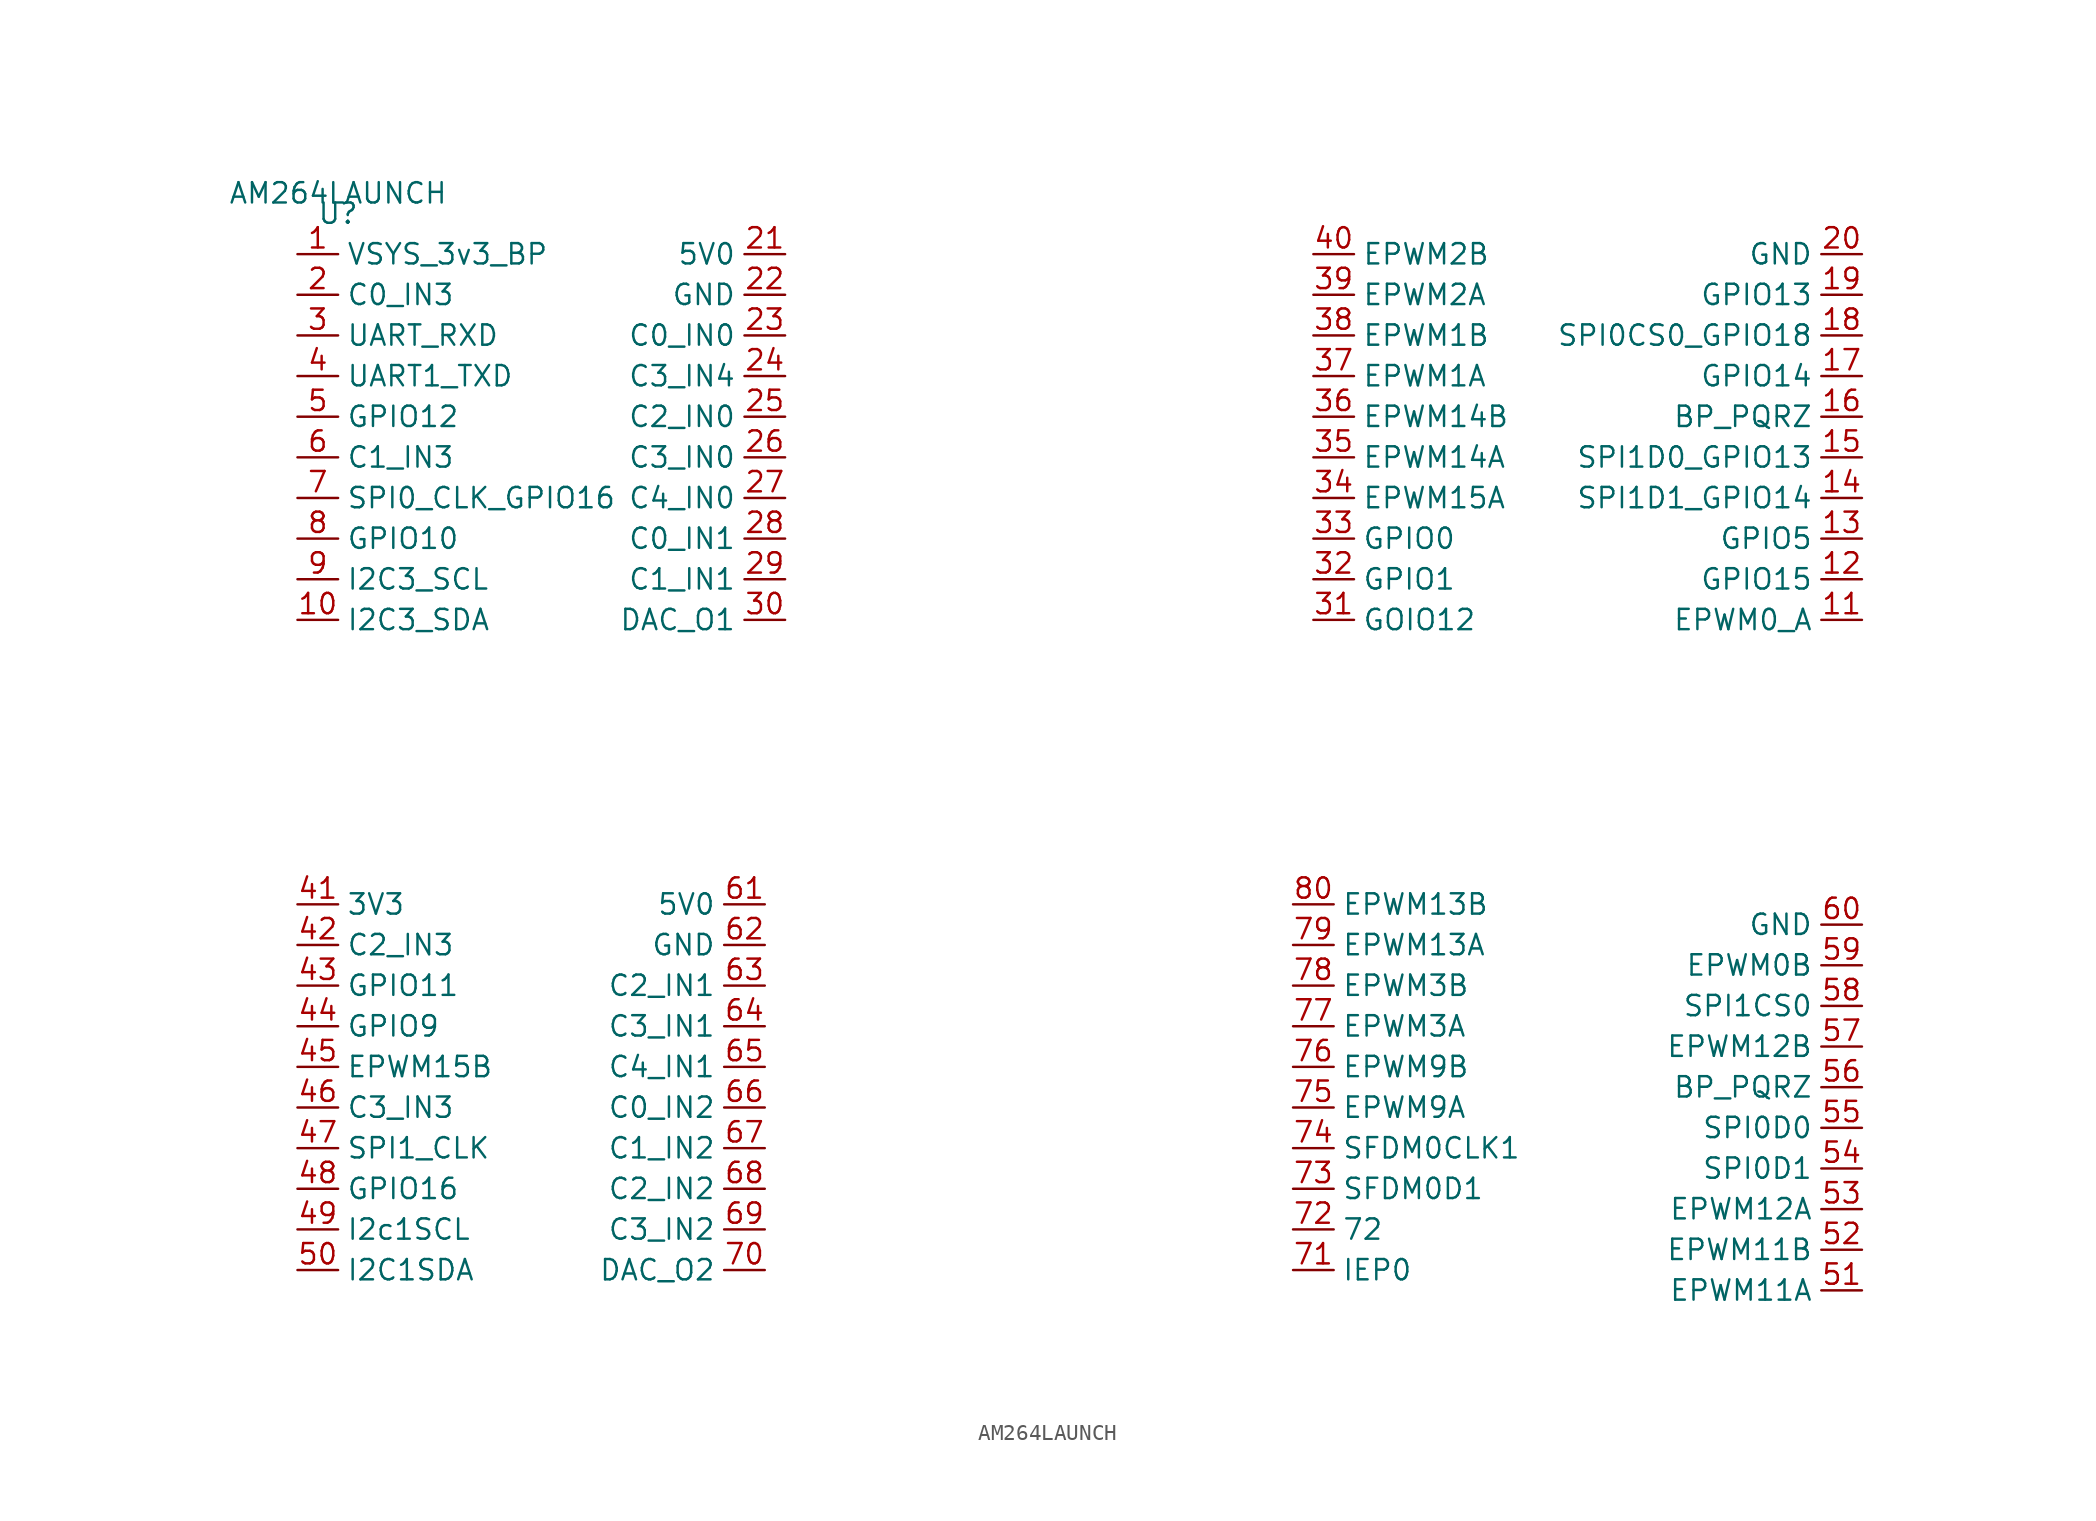
<source format=kicad_sym>
(kicad_symbol_lib
  (version 20211014)
  (generator kicad_symbol_editor)
  (symbol "AM264LAUNCH"
    (property "Reference" "U"
      (at 0 0 0)
      (effects (font (size 1.27 1.27))))
    (property "Value" "AM264LAUNCH"
      (at 0 1.27 0)
      (effects (font (size 1.27 1.27))))
    (symbol "AM264LAUNCH_1_1"
      (pin bidirectional line (at -2.54 -2.54 0) (length 2.54) (name "VSYS_3v3_BP" (effects (font (size 1.27 1.27)))) (number "1" (effects (font (size 1.27 1.27)))))
      (pin bidirectional line (at -2.54 -25.4 0) (length 2.54) (name "I2C3_SDA" (effects (font (size 1.27 1.27)))) (number "10" (effects (font (size 1.27 1.27)))))
      (pin bidirectional line (at 95.25 -25.4 180) (length 2.54) (name "EPWM0_A" (effects (font (size 1.27 1.27)))) (number "11" (effects (font (size 1.27 1.27)))))
      (pin bidirectional line (at 95.25 -22.86 180) (length 2.54) (name "GPIO15" (effects (font (size 1.27 1.27)))) (number "12" (effects (font (size 1.27 1.27)))))
      (pin bidirectional line (at 95.25 -20.32 180) (length 2.54) (name "GPIO5" (effects (font (size 1.27 1.27)))) (number "13" (effects (font (size 1.27 1.27)))))
      (pin bidirectional line (at 95.25 -17.78 180) (length 2.54) (name "SPI1D1_GPIO14" (effects (font (size 1.27 1.27)))) (number "14" (effects (font (size 1.27 1.27)))))
      (pin bidirectional line (at 95.25 -15.24 180) (length 2.54) (name "SPI1D0_GPIO13" (effects (font (size 1.27 1.27)))) (number "15" (effects (font (size 1.27 1.27)))))
      (pin bidirectional line (at 95.25 -12.7 180) (length 2.54) (name "BP_PQRZ" (effects (font (size 1.27 1.27)))) (number "16" (effects (font (size 1.27 1.27)))))
      (pin bidirectional line (at 95.25 -10.16 180) (length 2.54) (name "GPIO14" (effects (font (size 1.27 1.27)))) (number "17" (effects (font (size 1.27 1.27)))))
      (pin bidirectional line (at 95.25 -7.62 180) (length 2.54) (name "SPI0CS0_GPIO18" (effects (font (size 1.27 1.27)))) (number "18" (effects (font (size 1.27 1.27)))))
      (pin bidirectional line (at 95.25 -5.08 180) (length 2.54) (name "GPIO13" (effects (font (size 1.27 1.27)))) (number "19" (effects (font (size 1.27 1.27)))))
      (pin bidirectional line (at -2.54 -5.08 0) (length 2.54) (name "C0_IN3" (effects (font (size 1.27 1.27)))) (number "2" (effects (font (size 1.27 1.27)))))
      (pin bidirectional line (at 95.25 -2.54 180) (length 2.54) (name "GND" (effects (font (size 1.27 1.27)))) (number "20" (effects (font (size 1.27 1.27)))))
      (pin bidirectional line (at 27.94 -2.54 180) (length 2.54) (name "5V0" (effects (font (size 1.27 1.27)))) (number "21" (effects (font (size 1.27 1.27)))))
      (pin bidirectional line (at 27.94 -5.08 180) (length 2.54) (name "GND" (effects (font (size 1.27 1.27)))) (number "22" (effects (font (size 1.27 1.27)))))
      (pin bidirectional line (at 27.94 -7.62 180) (length 2.54) (name "C0_IN0" (effects (font (size 1.27 1.27)))) (number "23" (effects (font (size 1.27 1.27)))))
      (pin bidirectional line (at 27.94 -10.16 180) (length 2.54) (name "C3_IN4" (effects (font (size 1.27 1.27)))) (number "24" (effects (font (size 1.27 1.27)))))
      (pin bidirectional line (at 27.94 -12.7 180) (length 2.54) (name "C2_IN0" (effects (font (size 1.27 1.27)))) (number "25" (effects (font (size 1.27 1.27)))))
      (pin bidirectional line (at 27.94 -15.24 180) (length 2.54) (name "C3_IN0" (effects (font (size 1.27 1.27)))) (number "26" (effects (font (size 1.27 1.27)))))
      (pin bidirectional line (at 27.94 -17.78 180) (length 2.54) (name "C4_IN0" (effects (font (size 1.27 1.27)))) (number "27" (effects (font (size 1.27 1.27)))))
      (pin bidirectional line (at 27.94 -20.32 180) (length 2.54) (name "C0_IN1" (effects (font (size 1.27 1.27)))) (number "28" (effects (font (size 1.27 1.27)))))
      (pin bidirectional line (at 27.94 -22.86 180) (length 2.54) (name "C1_IN1" (effects (font (size 1.27 1.27)))) (number "29" (effects (font (size 1.27 1.27)))))
      (pin bidirectional line (at -2.54 -7.62 0) (length 2.54) (name "UART_RXD" (effects (font (size 1.27 1.27)))) (number "3" (effects (font (size 1.27 1.27)))))
      (pin bidirectional line (at 27.94 -25.4 180) (length 2.54) (name "DAC_O1" (effects (font (size 1.27 1.27)))) (number "30" (effects (font (size 1.27 1.27)))))
      (pin bidirectional line (at 60.96 -25.4 0) (length 2.54) (name "GOIO12" (effects (font (size 1.27 1.27)))) (number "31" (effects (font (size 1.27 1.27)))))
      (pin bidirectional line (at 60.96 -22.86 0) (length 2.54) (name "GPIO1" (effects (font (size 1.27 1.27)))) (number "32" (effects (font (size 1.27 1.27)))))
      (pin bidirectional line (at 60.96 -20.32 0) (length 2.54) (name "GPIO0" (effects (font (size 1.27 1.27)))) (number "33" (effects (font (size 1.27 1.27)))))
      (pin bidirectional line (at 60.96 -17.78 0) (length 2.54) (name "EPWM15A" (effects (font (size 1.27 1.27)))) (number "34" (effects (font (size 1.27 1.27)))))
      (pin bidirectional line (at 60.96 -15.24 0) (length 2.54) (name "EPWM14A" (effects (font (size 1.27 1.27)))) (number "35" (effects (font (size 1.27 1.27)))))
      (pin bidirectional line (at 60.96 -12.7 0) (length 2.54) (name "EPWM14B" (effects (font (size 1.27 1.27)))) (number "36" (effects (font (size 1.27 1.27)))))
      (pin bidirectional line (at 60.96 -10.16 0) (length 2.54) (name "EPWM1A" (effects (font (size 1.27 1.27)))) (number "37" (effects (font (size 1.27 1.27)))))
      (pin bidirectional line (at 60.96 -7.62 0) (length 2.54) (name "EPWM1B" (effects (font (size 1.27 1.27)))) (number "38" (effects (font (size 1.27 1.27)))))
      (pin bidirectional line (at 60.96 -5.08 0) (length 2.54) (name "EPWM2A" (effects (font (size 1.27 1.27)))) (number "39" (effects (font (size 1.27 1.27)))))
      (pin bidirectional line (at -2.54 -10.16 0) (length 2.54) (name "UART1_TXD" (effects (font (size 1.27 1.27)))) (number "4" (effects (font (size 1.27 1.27)))))
      (pin bidirectional line (at 60.96 -2.54 0) (length 2.54) (name "EPWM2B" (effects (font (size 1.27 1.27)))) (number "40" (effects (font (size 1.27 1.27)))))
      (pin bidirectional line (at -2.54 -43.18 0) (length 2.54) (name "3V3" (effects (font (size 1.27 1.27)))) (number "41" (effects (font (size 1.27 1.27)))))
      (pin bidirectional line (at -2.54 -45.72 0) (length 2.54) (name "C2_IN3" (effects (font (size 1.27 1.27)))) (number "42" (effects (font (size 1.27 1.27)))))
      (pin bidirectional line (at -2.54 -48.26 0) (length 2.54) (name "GPIO11" (effects (font (size 1.27 1.27)))) (number "43" (effects (font (size 1.27 1.27)))))
      (pin bidirectional line (at -2.54 -50.8 0) (length 2.54) (name "GPIO9" (effects (font (size 1.27 1.27)))) (number "44" (effects (font (size 1.27 1.27)))))
      (pin bidirectional line (at -2.54 -53.34 0) (length 2.54) (name "EPWM15B" (effects (font (size 1.27 1.27)))) (number "45" (effects (font (size 1.27 1.27)))))
      (pin bidirectional line (at -2.54 -55.88 0) (length 2.54) (name "C3_IN3" (effects (font (size 1.27 1.27)))) (number "46" (effects (font (size 1.27 1.27)))))
      (pin bidirectional line (at -2.54 -58.42 0) (length 2.54) (name "SPI1_CLK" (effects (font (size 1.27 1.27)))) (number "47" (effects (font (size 1.27 1.27)))))
      (pin bidirectional line (at -2.54 -60.96 0) (length 2.54) (name "GPIO16" (effects (font (size 1.27 1.27)))) (number "48" (effects (font (size 1.27 1.27)))))
      (pin bidirectional line (at -2.54 -63.5 0) (length 2.54) (name "I2c1SCL" (effects (font (size 1.27 1.27)))) (number "49" (effects (font (size 1.27 1.27)))))
      (pin bidirectional line (at -2.54 -12.7 0) (length 2.54) (name "GPIO12" (effects (font (size 1.27 1.27)))) (number "5" (effects (font (size 1.27 1.27)))))
      (pin bidirectional line (at -2.54 -66.04 0) (length 2.54) (name "I2C1SDA" (effects (font (size 1.27 1.27)))) (number "50" (effects (font (size 1.27 1.27)))))
      (pin bidirectional line (at 95.25 -67.31 180) (length 2.54) (name "EPWM11A" (effects (font (size 1.27 1.27)))) (number "51" (effects (font (size 1.27 1.27)))))
      (pin bidirectional line (at 95.25 -64.77 180) (length 2.54) (name "EPWM11B" (effects (font (size 1.27 1.27)))) (number "52" (effects (font (size 1.27 1.27)))))
      (pin bidirectional line (at 95.25 -62.23 180) (length 2.54) (name "EPWM12A" (effects (font (size 1.27 1.27)))) (number "53" (effects (font (size 1.27 1.27)))))
      (pin bidirectional line (at 95.25 -59.69 180) (length 2.54) (name "SPI0D1" (effects (font (size 1.27 1.27)))) (number "54" (effects (font (size 1.27 1.27)))))
      (pin bidirectional line (at 95.25 -57.15 180) (length 2.54) (name "SPI0D0" (effects (font (size 1.27 1.27)))) (number "55" (effects (font (size 1.27 1.27)))))
      (pin bidirectional line (at 95.25 -54.61 180) (length 2.54) (name "BP_PQRZ" (effects (font (size 1.27 1.27)))) (number "56" (effects (font (size 1.27 1.27)))))
      (pin bidirectional line (at 95.25 -52.07 180) (length 2.54) (name "EPWM12B" (effects (font (size 1.27 1.27)))) (number "57" (effects (font (size 1.27 1.27)))))
      (pin bidirectional line (at 95.25 -49.53 180) (length 2.54) (name "SPI1CS0" (effects (font (size 1.27 1.27)))) (number "58" (effects (font (size 1.27 1.27)))))
      (pin bidirectional line (at 95.25 -46.99 180) (length 2.54) (name "EPWM0B" (effects (font (size 1.27 1.27)))) (number "59" (effects (font (size 1.27 1.27)))))
      (pin bidirectional line (at -2.54 -15.24 0) (length 2.54) (name "C1_IN3" (effects (font (size 1.27 1.27)))) (number "6" (effects (font (size 1.27 1.27)))))
      (pin bidirectional line (at 95.25 -44.45 180) (length 2.54) (name "GND" (effects (font (size 1.27 1.27)))) (number "60" (effects (font (size 1.27 1.27)))))
      (pin bidirectional line (at 26.67 -43.18 180) (length 2.54) (name "5V0" (effects (font (size 1.27 1.27)))) (number "61" (effects (font (size 1.27 1.27)))))
      (pin bidirectional line (at 26.67 -45.72 180) (length 2.54) (name "GND" (effects (font (size 1.27 1.27)))) (number "62" (effects (font (size 1.27 1.27)))))
      (pin bidirectional line (at 26.67 -48.26 180) (length 2.54) (name "C2_IN1" (effects (font (size 1.27 1.27)))) (number "63" (effects (font (size 1.27 1.27)))))
      (pin bidirectional line (at 26.67 -50.8 180) (length 2.54) (name "C3_IN1" (effects (font (size 1.27 1.27)))) (number "64" (effects (font (size 1.27 1.27)))))
      (pin bidirectional line (at 26.67 -53.34 180) (length 2.54) (name "C4_IN1" (effects (font (size 1.27 1.27)))) (number "65" (effects (font (size 1.27 1.27)))))
      (pin bidirectional line (at 26.67 -55.88 180) (length 2.54) (name "C0_IN2" (effects (font (size 1.27 1.27)))) (number "66" (effects (font (size 1.27 1.27)))))
      (pin bidirectional line (at 26.67 -58.42 180) (length 2.54) (name "C1_IN2" (effects (font (size 1.27 1.27)))) (number "67" (effects (font (size 1.27 1.27)))))
      (pin bidirectional line (at 26.67 -60.96 180) (length 2.54) (name "C2_IN2" (effects (font (size 1.27 1.27)))) (number "68" (effects (font (size 1.27 1.27)))))
      (pin bidirectional line (at 26.67 -63.5 180) (length 2.54) (name "C3_IN2" (effects (font (size 1.27 1.27)))) (number "69" (effects (font (size 1.27 1.27)))))
      (pin bidirectional line (at -2.54 -17.78 0) (length 2.54) (name "SPI0_CLK_GPIO16" (effects (font (size 1.27 1.27)))) (number "7" (effects (font (size 1.27 1.27)))))
      (pin bidirectional line (at 26.67 -66.04 180) (length 2.54) (name "DAC_O2" (effects (font (size 1.27 1.27)))) (number "70" (effects (font (size 1.27 1.27)))))
      (pin bidirectional line (at 59.69 -66.04 0) (length 2.54) (name "IEP0" (effects (font (size 1.27 1.27)))) (number "71" (effects (font (size 1.27 1.27)))))
      (pin bidirectional line (at 59.69 -63.5 0) (length 2.54) (name "72" (effects (font (size 1.27 1.27)))) (number "72" (effects (font (size 1.27 1.27)))))
      (pin bidirectional line (at 59.69 -60.96 0) (length 2.54) (name "SFDM0D1" (effects (font (size 1.27 1.27)))) (number "73" (effects (font (size 1.27 1.27)))))
      (pin bidirectional line (at 59.69 -58.42 0) (length 2.54) (name "SFDM0CLK1" (effects (font (size 1.27 1.27)))) (number "74" (effects (font (size 1.27 1.27)))))
      (pin bidirectional line (at 59.69 -55.88 0) (length 2.54) (name "EPWM9A" (effects (font (size 1.27 1.27)))) (number "75" (effects (font (size 1.27 1.27)))))
      (pin bidirectional line (at 59.69 -53.34 0) (length 2.54) (name "EPWM9B" (effects (font (size 1.27 1.27)))) (number "76" (effects (font (size 1.27 1.27)))))
      (pin bidirectional line (at 59.69 -50.8 0) (length 2.54) (name "EPWM3A" (effects (font (size 1.27 1.27)))) (number "77" (effects (font (size 1.27 1.27)))))
      (pin bidirectional line (at 59.69 -48.26 0) (length 2.54) (name "EPWM3B" (effects (font (size 1.27 1.27)))) (number "78" (effects (font (size 1.27 1.27)))))
      (pin bidirectional line (at 59.69 -45.72 0) (length 2.54) (name "EPWM13A" (effects (font (size 1.27 1.27)))) (number "79" (effects (font (size 1.27 1.27)))))
      (pin bidirectional line (at -2.54 -20.32 0) (length 2.54) (name "GPIO10" (effects (font (size 1.27 1.27)))) (number "8" (effects (font (size 1.27 1.27)))))
      (pin bidirectional line (at 59.69 -43.18 0) (length 2.54) (name "EPWM13B" (effects (font (size 1.27 1.27)))) (number "80" (effects (font (size 1.27 1.27)))))
      (pin bidirectional line (at -2.54 -22.86 0) (length 2.54) (name "I2C3_SCL" (effects (font (size 1.27 1.27)))) (number "9" (effects (font (size 1.27 1.27))))))))
</source>
